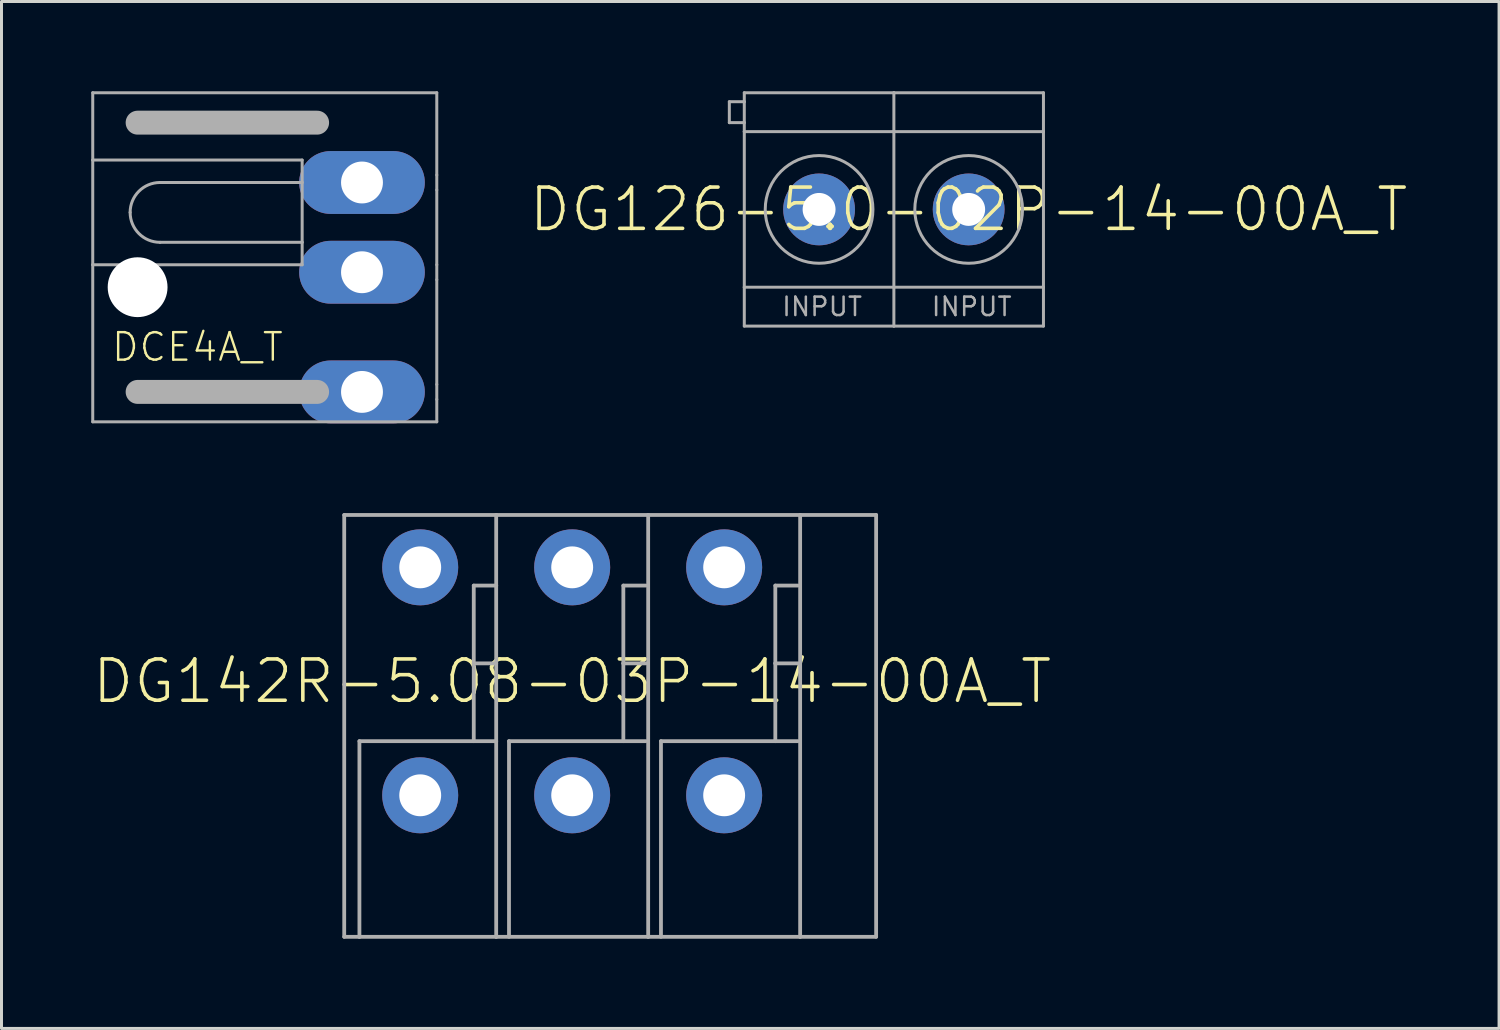
<source format=kicad_pcb>
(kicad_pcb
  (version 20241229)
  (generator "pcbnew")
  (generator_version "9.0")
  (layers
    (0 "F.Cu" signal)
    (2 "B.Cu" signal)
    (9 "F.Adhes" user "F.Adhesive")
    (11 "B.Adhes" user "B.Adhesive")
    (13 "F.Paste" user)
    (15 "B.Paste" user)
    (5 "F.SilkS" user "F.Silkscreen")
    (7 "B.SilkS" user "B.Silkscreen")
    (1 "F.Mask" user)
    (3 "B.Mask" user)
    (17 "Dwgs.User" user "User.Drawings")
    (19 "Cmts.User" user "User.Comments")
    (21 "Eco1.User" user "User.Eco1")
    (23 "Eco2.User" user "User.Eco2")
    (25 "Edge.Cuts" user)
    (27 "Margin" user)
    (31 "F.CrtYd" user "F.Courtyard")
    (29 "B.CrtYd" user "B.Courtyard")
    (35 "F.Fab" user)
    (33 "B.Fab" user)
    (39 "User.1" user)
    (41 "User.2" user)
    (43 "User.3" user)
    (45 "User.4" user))
  (footprint "DG142R-5.08-03P-14-00A_T"
    (layer "F.Cu")
    (at 16.076 19.724)
    (property "Reference" "DG142R-5.08-03P-14-00A_T" (at 0 0 0) (unlocked yes) (layer "F.SilkS") (effects (font (size 1.38 1.38) (thickness 0.12))))
    (fp_line (start -7.62 -5.56) (end -2.54 -5.56) (stroke (width 0.127) (type solid)) (layer "F.Fab"))
    (fp_line (start -7.62 8.54) (end -7.62 -5.56) (stroke (width 0.127) (type solid)) (layer "F.Fab"))
    (fp_line (start -7.112 2) (end -3.29 2) (stroke (width 0.127) (type solid)) (layer "F.Fab"))
    (fp_line (start -7.112 8.54) (end -7.62 8.54) (stroke (width 0.127) (type solid)) (layer "F.Fab"))
    (fp_line (start -7.112 8.54) (end -7.112 2) (stroke (width 0.127) (type solid)) (layer "F.Fab"))
    (fp_line (start -3.29 -3.2) (end -2.54 -3.2) (stroke (width 0.127) (type solid)) (layer "F.Fab"))
    (fp_line (start -3.29 -0.6) (end -3.29 -3.2) (stroke (width 0.127) (type solid)) (layer "F.Fab"))
    (fp_line (start -3.29 -0.6) (end -2.54 -0.6) (stroke (width 0.127) (type solid)) (layer "F.Fab"))
    (fp_line (start -3.29 2) (end -3.29 -0.6) (stroke (width 0.127) (type solid)) (layer "F.Fab"))
    (fp_line (start -3.29 2) (end -2.54 2) (stroke (width 0.127) (type solid)) (layer "F.Fab"))
    (fp_line (start -2.54 -5.56) (end 2.54 -5.56) (stroke (width 0.127) (type solid)) (layer "F.Fab"))
    (fp_line (start -2.54 -3.2) (end -2.54 -5.56) (stroke (width 0.127) (type solid)) (layer "F.Fab"))
    (fp_line (start -2.54 -0.6) (end -2.54 -3.2) (stroke (width 0.127) (type solid)) (layer "F.Fab"))
    (fp_line (start -2.54 2) (end -2.54 -0.6) (stroke (width 0.127) (type solid)) (layer "F.Fab"))
    (fp_line (start -2.54 8.54) (end -7.112 8.54) (stroke (width 0.127) (type solid)) (layer "F.Fab"))
    (fp_line (start -2.54 8.54) (end -2.54 2) (stroke (width 0.127) (type solid)) (layer "F.Fab"))
    (fp_line (start -2.112 2) (end 1.71 2) (stroke (width 0.127) (type solid)) (layer "F.Fab"))
    (fp_line (start -2.112 8.54) (end -2.112 2) (stroke (width 0.127) (type solid)) (layer "F.Fab"))
    (fp_line (start 1.71 -3.2) (end 2.46 -3.2) (stroke (width 0.127) (type solid)) (layer "F.Fab"))
    (fp_line (start 1.71 -0.6) (end 1.71 -3.2) (stroke (width 0.127) (type solid)) (layer "F.Fab"))
    (fp_line (start 1.71 -0.6) (end 2.46 -0.6) (stroke (width 0.127) (type solid)) (layer "F.Fab"))
    (fp_line (start 1.71 2) (end 1.71 -0.6) (stroke (width 0.127) (type solid)) (layer "F.Fab"))
    (fp_line (start 1.71 2) (end 2.46 2) (stroke (width 0.127) (type solid)) (layer "F.Fab"))
    (fp_line (start 2.54 -5.56) (end 7.62 -5.56) (stroke (width 0.127) (type solid)) (layer "F.Fab"))
    (fp_line (start 2.54 8.54) (end -2.54 8.54) (stroke (width 0.127) (type solid)) (layer "F.Fab"))
    (fp_line (start 2.54 8.54) (end 2.54 -5.56) (stroke (width 0.127) (type solid)) (layer "F.Fab"))
    (fp_line (start 2.968 2) (end 6.79 2) (stroke (width 0.127) (type solid)) (layer "F.Fab"))
    (fp_line (start 2.968 8.54) (end 2.968 2) (stroke (width 0.127) (type solid)) (layer "F.Fab"))
    (fp_line (start 6.79 -3.2) (end 7.54 -3.2) (stroke (width 0.127) (type solid)) (layer "F.Fab"))
    (fp_line (start 6.79 -0.6) (end 6.79 -3.2) (stroke (width 0.127) (type solid)) (layer "F.Fab"))
    (fp_line (start 6.79 -0.6) (end 7.54 -0.6) (stroke (width 0.127) (type solid)) (layer "F.Fab"))
    (fp_line (start 6.79 2) (end 6.79 -0.6) (stroke (width 0.127) (type solid)) (layer "F.Fab"))
    (fp_line (start 6.79 2) (end 7.54 2) (stroke (width 0.127) (type solid)) (layer "F.Fab"))
    (fp_line (start 7.62 -5.56) (end 10.16 -5.56) (stroke (width 0.127) (type solid)) (layer "F.Fab"))
    (fp_line (start 7.62 8.54) (end 2.54 8.54) (stroke (width 0.127) (type solid)) (layer "F.Fab"))
    (fp_line (start 7.62 8.54) (end 7.62 -5.56) (stroke (width 0.127) (type solid)) (layer "F.Fab"))
    (fp_line (start 10.16 -5.56) (end 10.16 8.54) (stroke (width 0.127) (type solid)) (layer "F.Fab"))
    (fp_line (start 10.16 8.54) (end 7.62 8.54) (stroke (width 0.127) (type solid)) (layer "F.Fab"))
    (pad "1" thru_hole circle (at -5.08 -3.81) (size 2.54 2.54) (drill 1.4) (layers "*.Cu" "*.Mask"))
    (pad "2" thru_hole circle (at -5.08 3.81) (size 2.54 2.54) (drill 1.4) (layers "*.Cu" "*.Mask"))
    (pad "3" thru_hole circle (at 0 -3.81) (size 2.54 2.54) (drill 1.4) (layers "*.Cu" "*.Mask"))
    (pad "4" thru_hole circle (at 0 3.81) (size 2.54 2.54) (drill 1.4) (layers "*.Cu" "*.Mask"))
    (pad "5" thru_hole circle (at 5.08 -3.81) (size 2.54 2.54) (drill 1.4) (layers "*.Cu" "*.Mask"))
    (pad "6" thru_hole circle (at 5.08 3.81) (size 2.54 2.54) (drill 1.4) (layers "*.Cu" "*.Mask")))
  (footprint "DCE4A_T"
    (layer "F.Cu")
    (at 5.8 5.55)
    (property "Reference" "DCE4A_T" (at -2.25 3 0) (unlocked yes) (layer "F.SilkS") (effects (font (size 0.92 0.92) (thickness 0.08))))
    (fp_line (start -5.75 -5.5) (end -5.75 -3.25) (stroke (width 0.1) (type solid)) (layer "F.Fab"))
    (fp_line (start -5.75 -3.25) (end -5.75 0.25) (stroke (width 0.1) (type solid)) (layer "F.Fab"))
    (fp_line (start -5.75 -3.25) (end 1.25 -3.25) (stroke (width 0.1) (type solid)) (layer "F.Fab"))
    (fp_line (start -5.75 0.25) (end -5.75 5.5) (stroke (width 0.1) (type solid)) (layer "F.Fab"))
    (fp_line (start -5.75 5.5) (end 5.75 5.5) (stroke (width 0.1) (type solid)) (layer "F.Fab"))
    (fp_line (start -4.25 -4.5) (end 1.75 -4.5) (stroke (width 0.8) (type solid)) (layer "F.Fab"))
    (fp_line (start -4.25 4.5) (end 1.75 4.5) (stroke (width 0.8) (type solid)) (layer "F.Fab"))
    (fp_line (start -3.5 -2.5) (end 1.25 -2.5) (stroke (width 0.1) (type solid)) (layer "F.Fab"))
    (fp_line (start 1.25 -3.25) (end 1.25 -2.5) (stroke (width 0.1) (type solid)) (layer "F.Fab"))
    (fp_line (start 1.25 -2.5) (end 1.25 -0.5) (stroke (width 0.1) (type solid)) (layer "F.Fab"))
    (fp_line (start 1.25 -0.5) (end -3.5 -0.5) (stroke (width 0.1) (type solid)) (layer "F.Fab"))
    (fp_line (start 1.25 -0.5) (end 1.25 0.25) (stroke (width 0.1) (type solid)) (layer "F.Fab"))
    (fp_line (start 1.25 0.25) (end -5.75 0.25) (stroke (width 0.1) (type solid)) (layer "F.Fab"))
    (fp_line (start 5.75 -5.5) (end -5.75 -5.5) (stroke (width 0.1) (type solid)) (layer "F.Fab"))
    (fp_line (start 5.75 -2.75) (end 5.75 -5.5) (stroke (width 0.1) (type solid)) (layer "F.Fab"))
    (fp_line (start 5.75 -2.25) (end 5.75 -2.75) (stroke (width 0.1) (type solid)) (layer "F.Fab"))
    (fp_line (start 5.75 0.25) (end 5.75 -2.25) (stroke (width 0.1) (type solid)) (layer "F.Fab"))
    (fp_line (start 5.75 0.75) (end 5.75 0.25) (stroke (width 0.1) (type solid)) (layer "F.Fab"))
    (fp_line (start 5.75 4.25) (end 5.75 0.75) (stroke (width 0.1) (type solid)) (layer "F.Fab"))
    (fp_line (start 5.75 4.75) (end 5.75 4.25) (stroke (width 0.1) (type solid)) (layer "F.Fab"))
    (fp_line (start 5.75 5.5) (end 5.75 4.75) (stroke (width 0.1) (type solid)) (layer "F.Fab"))
    (fp_arc (start -4.5 -1.5) (mid -4.207107 -2.207107) (end -3.5 -2.5) (stroke (width 0.1) (type solid)) (layer "F.Fab"))
    (fp_arc (start -3.5 -0.5) (mid -4.207107 -0.792893) (end -4.5 -1.5) (stroke (width 0.1) (type solid)) (layer "F.Fab"))
    (pad "" np_thru_hole circle (at -4.25 1) (size 2 2) (drill 2) (layers "*.Cu" "*.Mask"))
    (pad "1" thru_hole oval (at 3.25 -2.5) (size 4.2 2.1) (drill 1.4) (layers "*.Cu" "*.Mask"))
    (pad "2" thru_hole oval (at 3.25 4.5) (size 4.2 2.1) (drill 1.4) (layers "*.Cu" "*.Mask"))
    (pad "3" thru_hole oval (at 3.25 0.5) (size 4.2 2.1) (drill 1.4) (layers "*.Cu" "*.Mask")))
  (footprint "DG126-5.0-02P-14-00A_T"
    (layer "F.Cu")
    (at 26.829 3.95)
    (property "Reference" "DG126-5.0-02P-14-00A_T" (at 2.5 0 0) (unlocked yes) (layer "F.SilkS") (effects (font (size 1.38 1.38) (thickness 0.12))))
    (fp_line (start -5.5 -3.6) (end -5 -3.6) (stroke (width 0.1) (type solid)) (layer "F.Fab"))
    (fp_line (start -5.5 -2.9) (end -5.5 -3.6) (stroke (width 0.1) (type solid)) (layer "F.Fab"))
    (fp_line (start -5 -3.6) (end -5 -3.9) (stroke (width 0.1) (type solid)) (layer "F.Fab"))
    (fp_line (start -5 -3.6) (end -5 -2.9) (stroke (width 0.1) (type solid)) (layer "F.Fab"))
    (fp_line (start -5 -2.9) (end -5.5 -2.9) (stroke (width 0.1) (type solid)) (layer "F.Fab"))
    (fp_line (start -5 -2.6) (end -5 -2.9) (stroke (width 0.1) (type solid)) (layer "F.Fab"))
    (fp_line (start -5 -2.6) (end 0 -2.6) (stroke (width 0.1) (type solid)) (layer "F.Fab"))
    (fp_line (start -5 2.6) (end -5 -2.6) (stroke (width 0.1) (type solid)) (layer "F.Fab"))
    (fp_line (start -5 2.6) (end 0 2.6) (stroke (width 0.1) (type solid)) (layer "F.Fab"))
    (fp_line (start -5 3.9) (end -5 2.6) (stroke (width 0.1) (type solid)) (layer "F.Fab"))
    (fp_line (start -5 3.9) (end 0 3.9) (stroke (width 0.1) (type solid)) (layer "F.Fab"))
    (fp_line (start 0 -3.9) (end -5 -3.9) (stroke (width 0.1) (type solid)) (layer "F.Fab"))
    (fp_line (start 0 -2.6) (end 0 -3.9) (stroke (width 0.1) (type solid)) (layer "F.Fab"))
    (fp_line (start 0 -2.6) (end 5 -2.6) (stroke (width 0.1) (type solid)) (layer "F.Fab"))
    (fp_line (start 0 2.6) (end 0 -2.6) (stroke (width 0.1) (type solid)) (layer "F.Fab"))
    (fp_line (start 0 2.6) (end 5 2.6) (stroke (width 0.1) (type solid)) (layer "F.Fab"))
    (fp_line (start 0 3.9) (end 0 2.6) (stroke (width 0.1) (type solid)) (layer "F.Fab"))
    (fp_line (start 0 3.9) (end 5 3.9) (stroke (width 0.1) (type solid)) (layer "F.Fab"))
    (fp_line (start 5 -3.9) (end 0 -3.9) (stroke (width 0.1) (type solid)) (layer "F.Fab"))
    (fp_line (start 5 -2.6) (end 5 -3.9) (stroke (width 0.1) (type solid)) (layer "F.Fab"))
    (fp_line (start 5 2.6) (end 5 -2.6) (stroke (width 0.1) (type solid)) (layer "F.Fab"))
    (fp_line (start 5 3.9) (end 5 2.6) (stroke (width 0.1) (type solid)) (layer "F.Fab"))
    (fp_circle (center -2.5 0) (end -0.7 0) (stroke (width 0.1) (type solid)) (fill no) (layer "F.Fab"))
    (fp_circle (center 2.5 0) (end 4.3 0) (stroke (width 0.1) (type solid)) (fill no) (layer "F.Fab"))
    (fp_text user "INPUT" (at 2.6 3.25 0) (layer "F.Fab") (effects (font (size 0.616 0.616) (thickness 0.084))))
    (fp_text user "INPUT" (at -2.4 3.25 0) (layer "F.Fab") (effects (font (size 0.616 0.616) (thickness 0.084))))
    (pad "1" thru_hole circle (at -2.5 0 90) (size 2.4 2.4) (drill 1.1) (layers "*.Cu" "*.Mask"))
    (pad "2" thru_hole circle (at 2.5 0 90) (size 2.4 2.4) (drill 1.1) (layers "*.Cu" "*.Mask")))
  (gr_rect
    (start -3 -3)
    (end 47.058 31.327)
    (stroke (width 0.1) (type default))
    (fill no)
    (layer "Edge.Cuts")))
</source>
